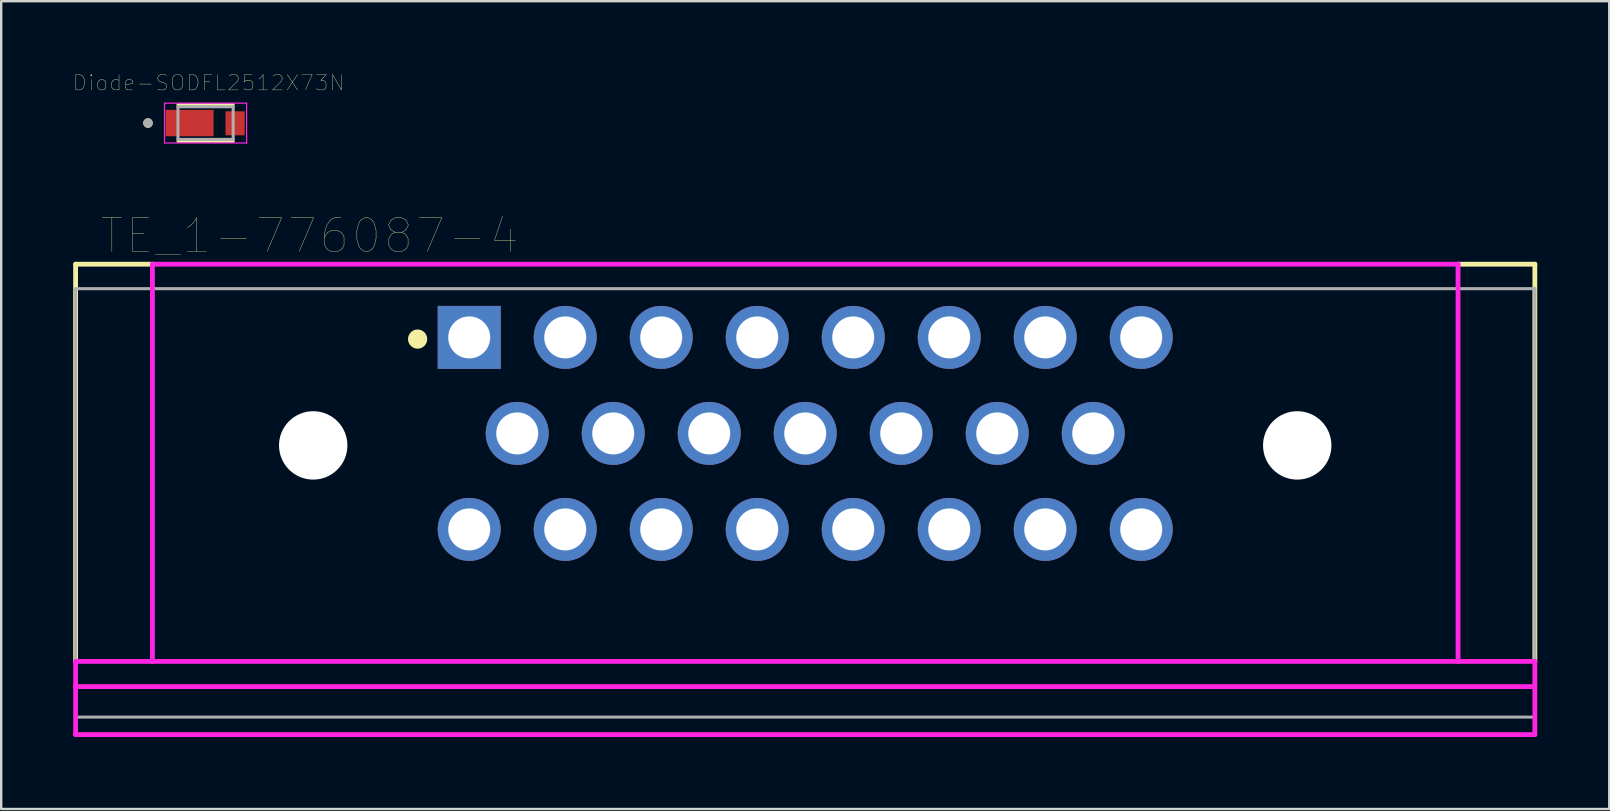
<source format=kicad_pcb>
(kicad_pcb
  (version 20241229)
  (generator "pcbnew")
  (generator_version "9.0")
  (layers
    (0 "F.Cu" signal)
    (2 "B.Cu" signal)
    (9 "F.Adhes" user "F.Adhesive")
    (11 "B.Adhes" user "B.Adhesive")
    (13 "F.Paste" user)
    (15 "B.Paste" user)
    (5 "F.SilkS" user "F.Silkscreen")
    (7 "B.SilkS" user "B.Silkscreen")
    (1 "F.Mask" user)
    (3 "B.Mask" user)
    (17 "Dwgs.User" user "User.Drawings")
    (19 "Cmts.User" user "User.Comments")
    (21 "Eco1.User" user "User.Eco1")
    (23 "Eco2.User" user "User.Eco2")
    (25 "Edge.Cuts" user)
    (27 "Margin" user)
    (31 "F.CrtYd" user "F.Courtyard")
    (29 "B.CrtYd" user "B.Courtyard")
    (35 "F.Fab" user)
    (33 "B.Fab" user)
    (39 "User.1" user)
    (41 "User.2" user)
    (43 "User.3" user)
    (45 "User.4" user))
  (footprint "Diode-SODFL2512X73N"
    (layer "F.Cu")
    (at 5.515 2.077)
    (property "Reference" "Diode-SODFL2512X73N" (at 0.127 -1.676 0) (layer "F.SilkS") (effects (font (size 0.64 0.64) (thickness 0.015))))
    (attr through_hole)
    (fp_line (start -1.15 0.76) (end 1.15 0.76) (stroke (width 0.127) (type solid)) (layer "F.SilkS"))
    (fp_line (start 1.15 -0.76) (end -1.15 -0.76) (stroke (width 0.127) (type solid)) (layer "F.SilkS"))
    (fp_circle (center -2.4 0) (end -2.3 0) (stroke (width 0.2) (type solid)) (fill no) (layer "F.SilkS"))
    (fp_line (start -1.71 -0.83) (end -1.71 0.83) (stroke (width 0.05) (type solid)) (layer "F.CrtYd"))
    (fp_line (start -1.71 0.83) (end 1.71 0.83) (stroke (width 0.05) (type solid)) (layer "F.CrtYd"))
    (fp_line (start 1.71 -0.83) (end -1.71 -0.83) (stroke (width 0.05) (type solid)) (layer "F.CrtYd"))
    (fp_line (start 1.71 0.83) (end 1.71 -0.83) (stroke (width 0.05) (type solid)) (layer "F.CrtYd"))
    (fp_line (start -1.15 -0.68) (end -1.15 0.68) (stroke (width 0.127) (type solid)) (layer "F.Fab"))
    (fp_line (start -1.15 0.68) (end 1.15 0.68) (stroke (width 0.127) (type solid)) (layer "F.Fab"))
    (fp_line (start 1.15 -0.68) (end -1.15 -0.68) (stroke (width 0.127) (type solid)) (layer "F.Fab"))
    (fp_line (start 1.15 0.68) (end 1.15 -0.68) (stroke (width 0.127) (type solid)) (layer "F.Fab"))
    (fp_circle (center -2.4 0) (end -2.3 0) (stroke (width 0.2) (type solid)) (fill no) (layer "F.Fab"))
    (pad "1" smd rect (at -0.665 0) (size 2 1.1) (layers "F.Cu" "F.Mask" "F.Paste"))
    (pad "2" smd rect (at 1.23 0.01) (size 0.8 1) (layers "F.Cu" "F.Mask" "F.Paste")))
  (footprint "TE_1-776087-4"
    (layer "F.Cu")
    (at 16.5 11.028)
    (property "Reference" "TE_1-776087-4" (at -6.65 -4.25 0) (layer "F.SilkS") (effects (font (size 1.401 1.401) (thickness 0.015))))
    (attr through_hole)
    (fp_line (start -16.4 13.48) (end -16.4 -3.07) (stroke (width 0.2) (type solid)) (layer "F.SilkS"))
    (fp_line (start -13.2 -3.07) (end -16.4 -3.07) (stroke (width 0.2) (type solid)) (layer "F.SilkS"))
    (fp_line (start 44.4 -3.07) (end 41.2 -3.07) (stroke (width 0.2) (type solid)) (layer "F.SilkS"))
    (fp_line (start 44.4 -3.07) (end 44.4 13.48) (stroke (width 0.2) (type solid)) (layer "F.SilkS"))
    (fp_circle (center -2.15 0.05) (end -1.95 0.05) (stroke (width 0.4) (type solid)) (fill no) (layer "F.SilkS"))
    (fp_line (start -16.4 13.48) (end 44.4 13.48) (stroke (width 0.2) (type solid)) (layer "F.CrtYd"))
    (fp_line (start -16.4 16.53) (end -16.4 13.48) (stroke (width 0.2) (type solid)) (layer "F.CrtYd"))
    (fp_line (start -13.2 -3.07) (end 41.2 -3.07) (stroke (width 0.2) (type solid)) (layer "F.CrtYd"))
    (fp_line (start -13.2 13.48) (end -13.2 -3.07) (stroke (width 0.2) (type solid)) (layer "F.CrtYd"))
    (fp_line (start 41.2 -3.07) (end 41.2 13.48) (stroke (width 0.2) (type solid)) (layer "F.CrtYd"))
    (fp_line (start 44.4 14.53) (end -16.4 14.53) (stroke (width 0.2) (type solid)) (layer "F.CrtYd"))
    (fp_line (start 44.4 16.53) (end -16.4 16.53) (stroke (width 0.2) (type solid)) (layer "F.CrtYd"))
    (fp_line (start 44.4 16.53) (end 44.4 13.48) (stroke (width 0.2) (type solid)) (layer "F.CrtYd"))
    (fp_line (start -16.4 -2.05) (end -16.4 15.8) (stroke (width 0.127) (type solid)) (layer "F.Fab"))
    (fp_line (start 44.4 -2.05) (end -16.4 -2.05) (stroke (width 0.127) (type solid)) (layer "F.Fab"))
    (fp_line (start 44.4 15.8) (end -16.4 15.8) (stroke (width 0.127) (type solid)) (layer "F.Fab"))
    (fp_line (start 44.4 15.8) (end 44.4 -2.05) (stroke (width 0.127) (type solid)) (layer "F.Fab"))
    (pad "" np_thru_hole circle (at -6.5 4.48) (size 2.85 2.85) (drill 2.85) (layers "*.Cu" "*.Mask"))
    (pad "" np_thru_hole circle (at 34.5 4.48) (size 2.85 2.85) (drill 2.85) (layers "*.Cu" "*.Mask"))
    (pad "1" thru_hole rect (at 0 -0.02) (size 2.625 2.625) (drill 1.75) (layers "*.Cu" "*.Mask"))
    (pad "2" thru_hole circle (at 4 -0.02) (size 2.625 2.625) (drill 1.75) (layers "*.Cu" "*.Mask"))
    (pad "3" thru_hole circle (at 8 -0.02) (size 2.625 2.625) (drill 1.75) (layers "*.Cu" "*.Mask"))
    (pad "4" thru_hole circle (at 12 -0.02) (size 2.625 2.625) (drill 1.75) (layers "*.Cu" "*.Mask"))
    (pad "5" thru_hole circle (at 16 -0.02) (size 2.625 2.625) (drill 1.75) (layers "*.Cu" "*.Mask"))
    (pad "6" thru_hole circle (at 20 -0.02) (size 2.625 2.625) (drill 1.75) (layers "*.Cu" "*.Mask"))
    (pad "7" thru_hole circle (at 24 -0.02) (size 2.625 2.625) (drill 1.75) (layers "*.Cu" "*.Mask"))
    (pad "8" thru_hole circle (at 28 -0.02) (size 2.625 2.625) (drill 1.75) (layers "*.Cu" "*.Mask"))
    (pad "9" thru_hole circle (at 2 3.98) (size 2.625 2.625) (drill 1.75) (layers "*.Cu" "*.Mask"))
    (pad "10" thru_hole circle (at 6 3.98) (size 2.625 2.625) (drill 1.75) (layers "*.Cu" "*.Mask"))
    (pad "11" thru_hole circle (at 10 3.98) (size 2.625 2.625) (drill 1.75) (layers "*.Cu" "*.Mask"))
    (pad "12" thru_hole circle (at 14 3.98) (size 2.625 2.625) (drill 1.75) (layers "*.Cu" "*.Mask"))
    (pad "13" thru_hole circle (at 18 3.98) (size 2.625 2.625) (drill 1.75) (layers "*.Cu" "*.Mask"))
    (pad "14" thru_hole circle (at 22 3.98) (size 2.625 2.625) (drill 1.75) (layers "*.Cu" "*.Mask"))
    (pad "15" thru_hole circle (at 26 3.98) (size 2.625 2.625) (drill 1.75) (layers "*.Cu" "*.Mask"))
    (pad "16" thru_hole circle (at 0 7.98) (size 2.625 2.625) (drill 1.75) (layers "*.Cu" "*.Mask"))
    (pad "17" thru_hole circle (at 4 7.98) (size 2.625 2.625) (drill 1.75) (layers "*.Cu" "*.Mask"))
    (pad "18" thru_hole circle (at 8 7.98) (size 2.625 2.625) (drill 1.75) (layers "*.Cu" "*.Mask"))
    (pad "19" thru_hole circle (at 12 7.98) (size 2.625 2.625) (drill 1.75) (layers "*.Cu" "*.Mask"))
    (pad "20" thru_hole circle (at 16 7.98) (size 2.625 2.625) (drill 1.75) (layers "*.Cu" "*.Mask"))
    (pad "21" thru_hole circle (at 20 7.98) (size 2.625 2.625) (drill 1.75) (layers "*.Cu" "*.Mask"))
    (pad "22" thru_hole circle (at 24 7.98) (size 2.625 2.625) (drill 1.75) (layers "*.Cu" "*.Mask"))
    (pad "23" thru_hole circle (at 28 7.98) (size 2.625 2.625) (drill 1.75) (layers "*.Cu" "*.Mask")))
  (gr_rect
    (start -3 -3)
    (end 64 30.658)
    (stroke (width 0.1) (type default))
    (fill no)
    (layer "Edge.Cuts")))
</source>
